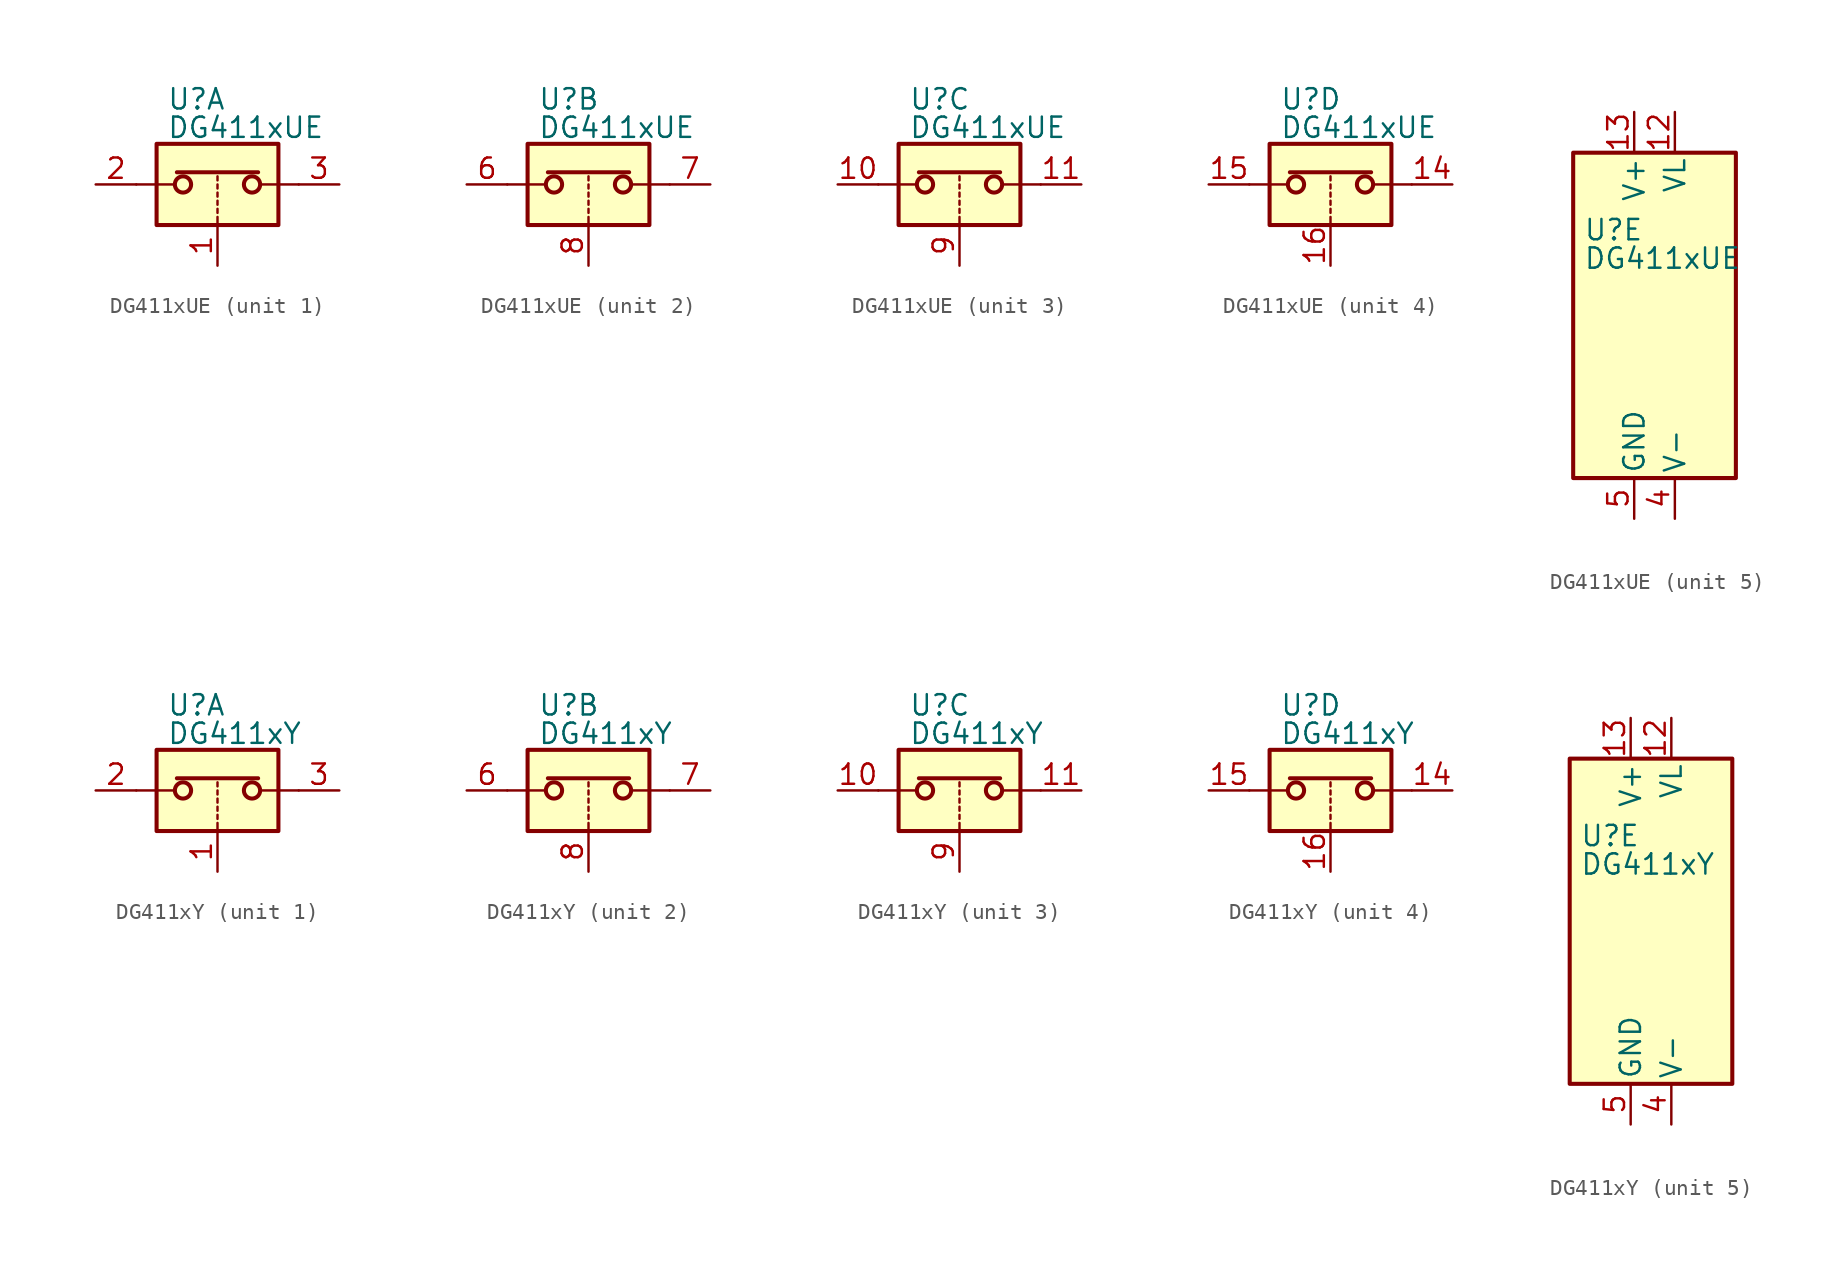
<source format=kicad_sym>
(kicad_symbol_lib
  (version 20200908)
  (generator kicad_symbol_editor)
  (symbol "Analog_Switch:DG411xUE"
    (pin_names
      (offset 0.254))
    (property "Reference" "U"
      (at -3.175 5.334 0)
      (effects (font (size 1.27 1.27)) (justify left)))
    (property "Value" "DG411xUE"
      (at -3.175 3.556 0)
      (effects (font (size 1.27 1.27)) (justify left)))
    (symbol "DG411xUE_1_1"
      (circle (center -2.159 0) (radius 0.508) (stroke (width 0.254)) (fill (type none)))
      (circle (center 2.159 0) (radius 0.508) (stroke (width 0.254)) (fill (type none)))
      (rectangle (start -3.81 2.54) (end 3.81 -2.54) (stroke (width 0.254)) (fill (type background)))
      (polyline (pts (xy -5.08 0) (xy -2.794 0)) (stroke (width 0)) (fill (type none)))
      (polyline (pts (xy -2.54 0.762) (xy 2.54 0.762)) (stroke (width 0.254)) (fill (type none)))
      (polyline (pts (xy 0 -2.54) (xy 0 -2.032)) (stroke (width 0)) (fill (type none)))
      (polyline (pts (xy 0 -1.778) (xy 0 -1.524)) (stroke (width 0)) (fill (type none)))
      (polyline (pts (xy 0 -1.27) (xy 0 -1.016)) (stroke (width 0)) (fill (type none)))
      (polyline (pts (xy 0 -0.762) (xy 0 -0.508)) (stroke (width 0)) (fill (type none)))
      (polyline (pts (xy 0 -0.254) (xy 0 0)) (stroke (width 0)) (fill (type none)))
      (polyline (pts (xy 0 0.254) (xy 0 0.508)) (stroke (width 0)) (fill (type none)))
      (polyline (pts (xy 5.08 0) (xy 2.794 0)) (stroke (width 0)) (fill (type none)))
      (pin input line (at 0 -5.08 90) (length 2.54) (name "~" (effects (font (size 1.27 1.27)))) (number "1" (effects (font (size 1.27 1.27)))))
      (pin passive line (at -7.62 0 0) (length 2.54) (name "~" (effects (font (size 1.27 1.27)))) (number "2" (effects (font (size 1.27 1.27)))))
      (pin passive line (at 7.62 0 180) (length 2.54) (name "~" (effects (font (size 1.27 1.27)))) (number "3" (effects (font (size 1.27 1.27))))))
    (symbol "DG411xUE_2_1"
      (circle (center -2.159 0) (radius 0.508) (stroke (width 0.254)) (fill (type none)))
      (circle (center 2.159 0) (radius 0.508) (stroke (width 0.254)) (fill (type none)))
      (rectangle (start -3.81 2.54) (end 3.81 -2.54) (stroke (width 0.254)) (fill (type background)))
      (polyline (pts (xy -5.08 0) (xy -2.794 0)) (stroke (width 0)) (fill (type none)))
      (polyline (pts (xy -2.54 0.762) (xy 2.54 0.762)) (stroke (width 0.254)) (fill (type none)))
      (polyline (pts (xy 0 -2.54) (xy 0 -2.032)) (stroke (width 0)) (fill (type none)))
      (polyline (pts (xy 0 -1.778) (xy 0 -1.524)) (stroke (width 0)) (fill (type none)))
      (polyline (pts (xy 0 -1.27) (xy 0 -1.016)) (stroke (width 0)) (fill (type none)))
      (polyline (pts (xy 0 -0.762) (xy 0 -0.508)) (stroke (width 0)) (fill (type none)))
      (polyline (pts (xy 0 -0.254) (xy 0 0)) (stroke (width 0)) (fill (type none)))
      (polyline (pts (xy 0 0.254) (xy 0 0.508)) (stroke (width 0)) (fill (type none)))
      (polyline (pts (xy 5.08 0) (xy 2.794 0)) (stroke (width 0)) (fill (type none)))
      (pin passive line (at -7.62 0 0) (length 2.54) (name "~" (effects (font (size 1.27 1.27)))) (number "6" (effects (font (size 1.27 1.27)))))
      (pin passive line (at 7.62 0 180) (length 2.54) (name "~" (effects (font (size 1.27 1.27)))) (number "7" (effects (font (size 1.27 1.27)))))
      (pin input line (at 0 -5.08 90) (length 2.54) (name "~" (effects (font (size 1.27 1.27)))) (number "8" (effects (font (size 1.27 1.27))))))
    (symbol "DG411xUE_3_1"
      (circle (center -2.159 0) (radius 0.508) (stroke (width 0.254)) (fill (type none)))
      (circle (center 2.159 0) (radius 0.508) (stroke (width 0.254)) (fill (type none)))
      (rectangle (start -3.81 2.54) (end 3.81 -2.54) (stroke (width 0.254)) (fill (type background)))
      (polyline (pts (xy -5.08 0) (xy -2.794 0)) (stroke (width 0)) (fill (type none)))
      (polyline (pts (xy -2.54 0.762) (xy 2.54 0.762)) (stroke (width 0.254)) (fill (type none)))
      (polyline (pts (xy 0 -2.54) (xy 0 -2.032)) (stroke (width 0)) (fill (type none)))
      (polyline (pts (xy 0 -1.778) (xy 0 -1.524)) (stroke (width 0)) (fill (type none)))
      (polyline (pts (xy 0 -1.27) (xy 0 -1.016)) (stroke (width 0)) (fill (type none)))
      (polyline (pts (xy 0 -0.762) (xy 0 -0.508)) (stroke (width 0)) (fill (type none)))
      (polyline (pts (xy 0 -0.254) (xy 0 0)) (stroke (width 0)) (fill (type none)))
      (polyline (pts (xy 0 0.254) (xy 0 0.508)) (stroke (width 0)) (fill (type none)))
      (polyline (pts (xy 5.08 0) (xy 2.794 0)) (stroke (width 0)) (fill (type none)))
      (pin passive line (at -7.62 0 0) (length 2.54) (name "~" (effects (font (size 1.27 1.27)))) (number "10" (effects (font (size 1.27 1.27)))))
      (pin passive line (at 7.62 0 180) (length 2.54) (name "~" (effects (font (size 1.27 1.27)))) (number "11" (effects (font (size 1.27 1.27)))))
      (pin input line (at 0 -5.08 90) (length 2.54) (name "~" (effects (font (size 1.27 1.27)))) (number "9" (effects (font (size 1.27 1.27))))))
    (symbol "DG411xUE_4_1"
      (circle (center -2.159 0) (radius 0.508) (stroke (width 0.254)) (fill (type none)))
      (circle (center 2.159 0) (radius 0.508) (stroke (width 0.254)) (fill (type none)))
      (rectangle (start -3.81 2.54) (end 3.81 -2.54) (stroke (width 0.254)) (fill (type background)))
      (polyline (pts (xy -5.08 0) (xy -2.794 0)) (stroke (width 0)) (fill (type none)))
      (polyline (pts (xy -2.54 0.762) (xy 2.54 0.762)) (stroke (width 0.254)) (fill (type none)))
      (polyline (pts (xy 0 -2.54) (xy 0 -2.032)) (stroke (width 0)) (fill (type none)))
      (polyline (pts (xy 0 -1.778) (xy 0 -1.524)) (stroke (width 0)) (fill (type none)))
      (polyline (pts (xy 0 -1.27) (xy 0 -1.016)) (stroke (width 0)) (fill (type none)))
      (polyline (pts (xy 0 -0.762) (xy 0 -0.508)) (stroke (width 0)) (fill (type none)))
      (polyline (pts (xy 0 -0.254) (xy 0 0)) (stroke (width 0)) (fill (type none)))
      (polyline (pts (xy 0 0.254) (xy 0 0.508)) (stroke (width 0)) (fill (type none)))
      (polyline (pts (xy 5.08 0) (xy 2.794 0)) (stroke (width 0)) (fill (type none)))
      (pin passive line (at 7.62 0 180) (length 2.54) (name "~" (effects (font (size 1.27 1.27)))) (number "14" (effects (font (size 1.27 1.27)))))
      (pin passive line (at -7.62 0 0) (length 2.54) (name "~" (effects (font (size 1.27 1.27)))) (number "15" (effects (font (size 1.27 1.27)))))
      (pin input line (at 0 -5.08 90) (length 2.54) (name "~" (effects (font (size 1.27 1.27)))) (number "16" (effects (font (size 1.27 1.27))))))
    (symbol "DG411xUE_5_1"
      (rectangle (start -3.81 10.16) (end 6.35 -10.16) (stroke (width 0.254)) (fill (type background))))
    (symbol "DG411xUE_5_0"
      (pin power_in line (at 2.54 12.7 270) (length 2.54) (name "VL" (effects (font (size 1.27 1.27)))) (number "12" (effects (font (size 1.27 1.27)))))
      (pin power_in line (at 0 12.7 270) (length 2.54) (name "V+" (effects (font (size 1.27 1.27)))) (number "13" (effects (font (size 1.27 1.27)))))
      (pin power_in line (at 2.54 -12.7 90) (length 2.54) (name "V-" (effects (font (size 1.27 1.27)))) (number "4" (effects (font (size 1.27 1.27)))))
      (pin power_in line (at 0 -12.7 90) (length 2.54) (name "GND" (effects (font (size 1.27 1.27)))) (number "5" (effects (font (size 1.27 1.27)))))))
  (symbol "Analog_Switch:DG411xY"
    (pin_names
      (offset 0.254))
    (property "Reference" "U"
      (at -3.175 5.334 0)
      (effects (font (size 1.27 1.27)) (justify left)))
    (property "Value" "DG411xY"
      (at -3.175 3.556 0)
      (effects (font (size 1.27 1.27)) (justify left)))
    (symbol "DG411xY_1_1"
      (circle (center -2.159 0) (radius 0.508) (stroke (width 0.254)) (fill (type none)))
      (circle (center 2.159 0) (radius 0.508) (stroke (width 0.254)) (fill (type none)))
      (rectangle (start -3.81 2.54) (end 3.81 -2.54) (stroke (width 0.254)) (fill (type background)))
      (polyline (pts (xy -5.08 0) (xy -2.794 0)) (stroke (width 0)) (fill (type none)))
      (polyline (pts (xy -2.54 0.762) (xy 2.54 0.762)) (stroke (width 0.254)) (fill (type none)))
      (polyline (pts (xy 0 -2.54) (xy 0 -2.032)) (stroke (width 0)) (fill (type none)))
      (polyline (pts (xy 0 -1.778) (xy 0 -1.524)) (stroke (width 0)) (fill (type none)))
      (polyline (pts (xy 0 -1.27) (xy 0 -1.016)) (stroke (width 0)) (fill (type none)))
      (polyline (pts (xy 0 -0.762) (xy 0 -0.508)) (stroke (width 0)) (fill (type none)))
      (polyline (pts (xy 0 -0.254) (xy 0 0)) (stroke (width 0)) (fill (type none)))
      (polyline (pts (xy 0 0.254) (xy 0 0.508)) (stroke (width 0)) (fill (type none)))
      (polyline (pts (xy 5.08 0) (xy 2.794 0)) (stroke (width 0)) (fill (type none)))
      (pin input line (at 0 -5.08 90) (length 2.54) (name "~" (effects (font (size 1.27 1.27)))) (number "1" (effects (font (size 1.27 1.27)))))
      (pin passive line (at -7.62 0 0) (length 2.54) (name "~" (effects (font (size 1.27 1.27)))) (number "2" (effects (font (size 1.27 1.27)))))
      (pin passive line (at 7.62 0 180) (length 2.54) (name "~" (effects (font (size 1.27 1.27)))) (number "3" (effects (font (size 1.27 1.27))))))
    (symbol "DG411xY_2_1"
      (circle (center -2.159 0) (radius 0.508) (stroke (width 0.254)) (fill (type none)))
      (circle (center 2.159 0) (radius 0.508) (stroke (width 0.254)) (fill (type none)))
      (rectangle (start -3.81 2.54) (end 3.81 -2.54) (stroke (width 0.254)) (fill (type background)))
      (polyline (pts (xy -5.08 0) (xy -2.794 0)) (stroke (width 0)) (fill (type none)))
      (polyline (pts (xy -2.54 0.762) (xy 2.54 0.762)) (stroke (width 0.254)) (fill (type none)))
      (polyline (pts (xy 0 -2.54) (xy 0 -2.032)) (stroke (width 0)) (fill (type none)))
      (polyline (pts (xy 0 -1.778) (xy 0 -1.524)) (stroke (width 0)) (fill (type none)))
      (polyline (pts (xy 0 -1.27) (xy 0 -1.016)) (stroke (width 0)) (fill (type none)))
      (polyline (pts (xy 0 -0.762) (xy 0 -0.508)) (stroke (width 0)) (fill (type none)))
      (polyline (pts (xy 0 -0.254) (xy 0 0)) (stroke (width 0)) (fill (type none)))
      (polyline (pts (xy 0 0.254) (xy 0 0.508)) (stroke (width 0)) (fill (type none)))
      (polyline (pts (xy 5.08 0) (xy 2.794 0)) (stroke (width 0)) (fill (type none)))
      (pin passive line (at -7.62 0 0) (length 2.54) (name "~" (effects (font (size 1.27 1.27)))) (number "6" (effects (font (size 1.27 1.27)))))
      (pin passive line (at 7.62 0 180) (length 2.54) (name "~" (effects (font (size 1.27 1.27)))) (number "7" (effects (font (size 1.27 1.27)))))
      (pin input line (at 0 -5.08 90) (length 2.54) (name "~" (effects (font (size 1.27 1.27)))) (number "8" (effects (font (size 1.27 1.27))))))
    (symbol "DG411xY_3_1"
      (circle (center -2.159 0) (radius 0.508) (stroke (width 0.254)) (fill (type none)))
      (circle (center 2.159 0) (radius 0.508) (stroke (width 0.254)) (fill (type none)))
      (rectangle (start -3.81 2.54) (end 3.81 -2.54) (stroke (width 0.254)) (fill (type background)))
      (polyline (pts (xy -5.08 0) (xy -2.794 0)) (stroke (width 0)) (fill (type none)))
      (polyline (pts (xy -2.54 0.762) (xy 2.54 0.762)) (stroke (width 0.254)) (fill (type none)))
      (polyline (pts (xy 0 -2.54) (xy 0 -2.032)) (stroke (width 0)) (fill (type none)))
      (polyline (pts (xy 0 -1.778) (xy 0 -1.524)) (stroke (width 0)) (fill (type none)))
      (polyline (pts (xy 0 -1.27) (xy 0 -1.016)) (stroke (width 0)) (fill (type none)))
      (polyline (pts (xy 0 -0.762) (xy 0 -0.508)) (stroke (width 0)) (fill (type none)))
      (polyline (pts (xy 0 -0.254) (xy 0 0)) (stroke (width 0)) (fill (type none)))
      (polyline (pts (xy 0 0.254) (xy 0 0.508)) (stroke (width 0)) (fill (type none)))
      (polyline (pts (xy 5.08 0) (xy 2.794 0)) (stroke (width 0)) (fill (type none)))
      (pin passive line (at -7.62 0 0) (length 2.54) (name "~" (effects (font (size 1.27 1.27)))) (number "10" (effects (font (size 1.27 1.27)))))
      (pin passive line (at 7.62 0 180) (length 2.54) (name "~" (effects (font (size 1.27 1.27)))) (number "11" (effects (font (size 1.27 1.27)))))
      (pin input line (at 0 -5.08 90) (length 2.54) (name "~" (effects (font (size 1.27 1.27)))) (number "9" (effects (font (size 1.27 1.27))))))
    (symbol "DG411xY_4_1"
      (circle (center -2.159 0) (radius 0.508) (stroke (width 0.254)) (fill (type none)))
      (circle (center 2.159 0) (radius 0.508) (stroke (width 0.254)) (fill (type none)))
      (rectangle (start -3.81 2.54) (end 3.81 -2.54) (stroke (width 0.254)) (fill (type background)))
      (polyline (pts (xy -5.08 0) (xy -2.794 0)) (stroke (width 0)) (fill (type none)))
      (polyline (pts (xy -2.54 0.762) (xy 2.54 0.762)) (stroke (width 0.254)) (fill (type none)))
      (polyline (pts (xy 0 -2.54) (xy 0 -2.032)) (stroke (width 0)) (fill (type none)))
      (polyline (pts (xy 0 -1.778) (xy 0 -1.524)) (stroke (width 0)) (fill (type none)))
      (polyline (pts (xy 0 -1.27) (xy 0 -1.016)) (stroke (width 0)) (fill (type none)))
      (polyline (pts (xy 0 -0.762) (xy 0 -0.508)) (stroke (width 0)) (fill (type none)))
      (polyline (pts (xy 0 -0.254) (xy 0 0)) (stroke (width 0)) (fill (type none)))
      (polyline (pts (xy 0 0.254) (xy 0 0.508)) (stroke (width 0)) (fill (type none)))
      (polyline (pts (xy 5.08 0) (xy 2.794 0)) (stroke (width 0)) (fill (type none)))
      (pin passive line (at 7.62 0 180) (length 2.54) (name "~" (effects (font (size 1.27 1.27)))) (number "14" (effects (font (size 1.27 1.27)))))
      (pin passive line (at -7.62 0 0) (length 2.54) (name "~" (effects (font (size 1.27 1.27)))) (number "15" (effects (font (size 1.27 1.27)))))
      (pin input line (at 0 -5.08 90) (length 2.54) (name "~" (effects (font (size 1.27 1.27)))) (number "16" (effects (font (size 1.27 1.27))))))
    (symbol "DG411xY_5_1"
      (rectangle (start -3.81 10.16) (end 6.35 -10.16) (stroke (width 0.254)) (fill (type background))))
    (symbol "DG411xY_5_0"
      (pin power_in line (at 2.54 12.7 270) (length 2.54) (name "VL" (effects (font (size 1.27 1.27)))) (number "12" (effects (font (size 1.27 1.27)))))
      (pin power_in line (at 0 12.7 270) (length 2.54) (name "V+" (effects (font (size 1.27 1.27)))) (number "13" (effects (font (size 1.27 1.27)))))
      (pin power_in line (at 2.54 -12.7 90) (length 2.54) (name "V-" (effects (font (size 1.27 1.27)))) (number "4" (effects (font (size 1.27 1.27)))))
      (pin power_in line (at 0 -12.7 90) (length 2.54) (name "GND" (effects (font (size 1.27 1.27)))) (number "5" (effects (font (size 1.27 1.27))))))))
</source>
